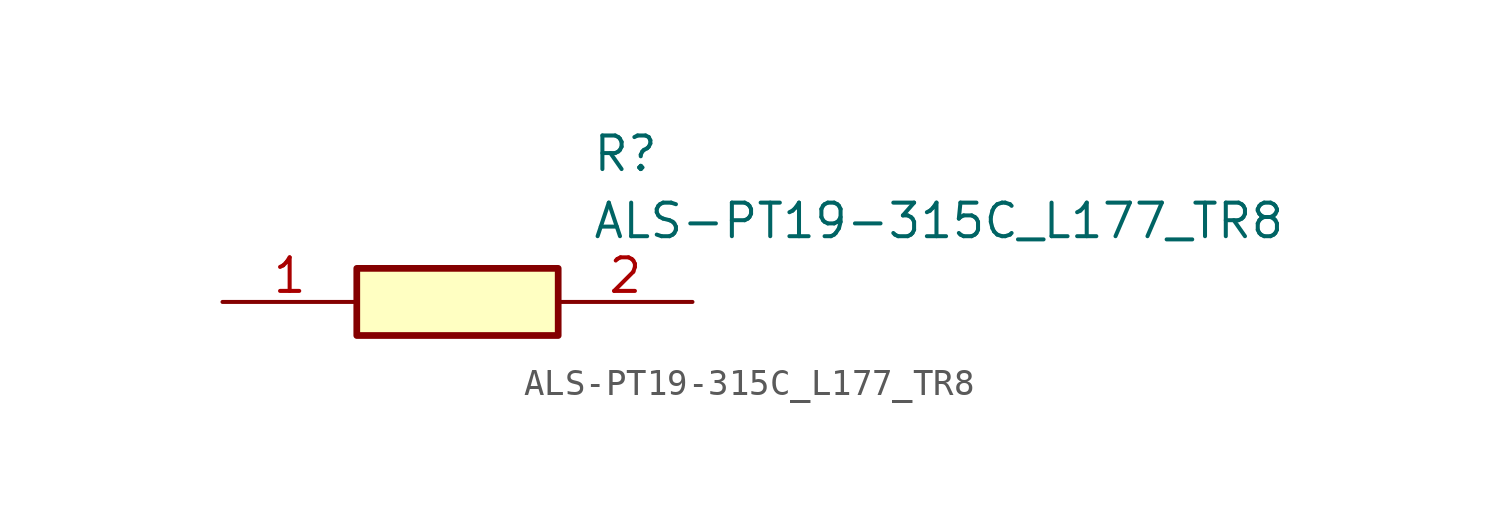
<source format=kicad_sym>
(kicad_symbol_lib
  (version 20211014)
  (generator SamacSys_ECAD_Model)
  (symbol "ALS-PT19-315C_L177_TR8"
    (pin_names hide)
    (property "Reference" "R"
      (at 13.97 6.35 0)
      (effects (font (size 1.27 1.27)) (justify left top)))
    (property "Value" "ALS-PT19-315C_L177_TR8"
      (at 13.97 3.81 0)
      (effects (font (size 1.27 1.27)) (justify left top)))
    (rectangle
      (start 5.08 1.27)
      (end 12.7 -1.27)
      (stroke (width 0.254) (type default))
      (fill (type background)))
    (pin passive line
      (at 0 0 0)
      (length 5.08)
      (name "COLLECTOR" (effects (font (size 1.27 1.27))))
      (number "1" (effects (font (size 1.27 1.27)))))
    (pin passive line
      (at 17.78 0 180)
      (length 5.08)
      (name "EMITTER" (effects (font (size 1.27 1.27))))
      (number "2" (effects (font (size 1.27 1.27)))))))
</source>
